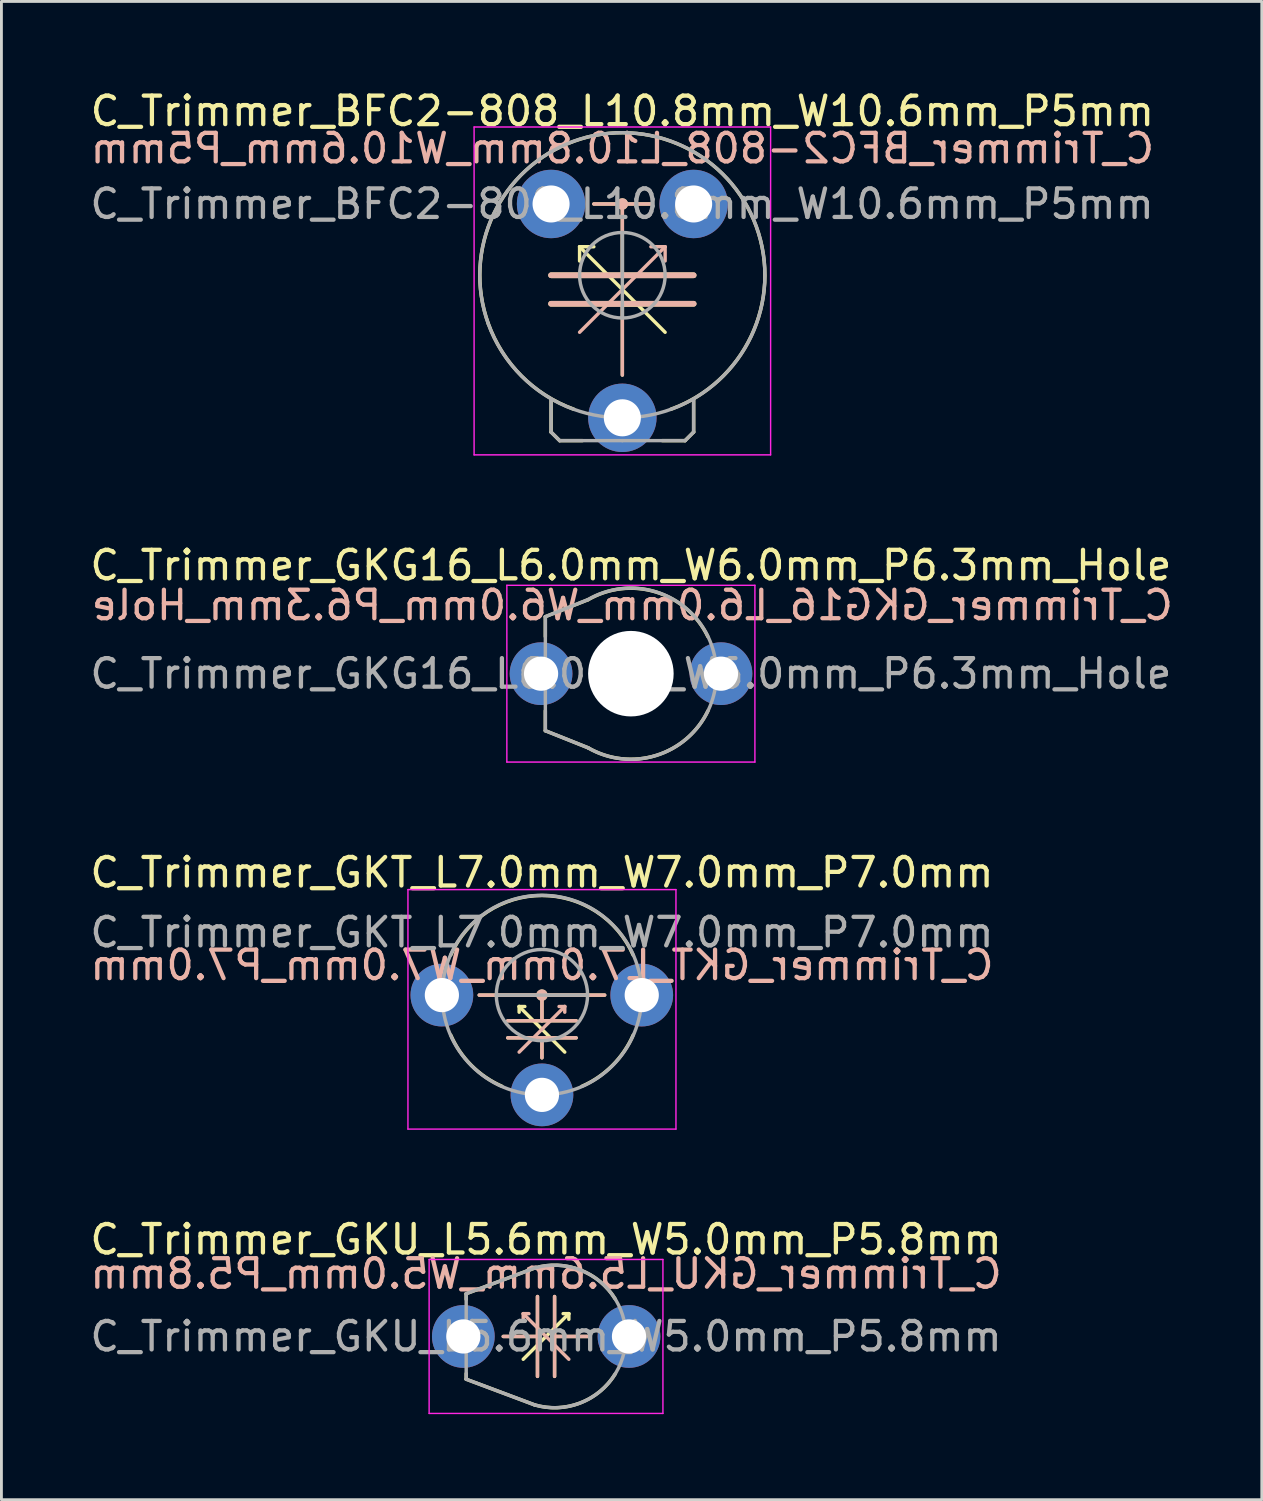
<source format=kicad_pcb>
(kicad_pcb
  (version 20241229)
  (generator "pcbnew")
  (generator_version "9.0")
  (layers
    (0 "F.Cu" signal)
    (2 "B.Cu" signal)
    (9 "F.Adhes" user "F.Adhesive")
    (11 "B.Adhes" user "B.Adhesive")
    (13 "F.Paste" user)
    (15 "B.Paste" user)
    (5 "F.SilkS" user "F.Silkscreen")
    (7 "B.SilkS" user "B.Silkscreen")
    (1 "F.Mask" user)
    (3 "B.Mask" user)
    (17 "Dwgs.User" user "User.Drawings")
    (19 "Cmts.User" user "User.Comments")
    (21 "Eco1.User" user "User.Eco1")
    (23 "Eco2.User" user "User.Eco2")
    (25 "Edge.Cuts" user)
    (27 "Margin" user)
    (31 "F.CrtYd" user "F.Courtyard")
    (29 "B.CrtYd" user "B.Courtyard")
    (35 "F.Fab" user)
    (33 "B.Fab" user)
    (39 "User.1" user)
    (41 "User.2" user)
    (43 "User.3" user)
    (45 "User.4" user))
  (footprint "C_Trimmer_GKU_L5.6mm_W5.0mm_P5.8mm"
    (layer "F.Cu")
    (at 13.201 43.824)
    (property "Reference" "C_Trimmer_GKU_L5.6mm_W5.0mm_P5.8mm" (at 2.9 -3.4 180) (layer "F.SilkS") (effects (font (size 1 1) (thickness 0.15))))
    (fp_line (start 0.1 -1.5) (end 2.5 -2.4) (stroke (width 0.12) (type solid)) (layer "F.SilkS"))
    (fp_line (start 0.1 -1.3) (end 0.1 -1.5) (stroke (width 0.12) (type solid)) (layer "F.SilkS"))
    (fp_line (start 0.1 1.5) (end 0.1 1.3) (stroke (width 0.12) (type solid)) (layer "F.SilkS"))
    (fp_line (start 0.1 1.5) (end 2.5 2.4) (stroke (width 0.12) (type solid)) (layer "F.SilkS"))
    (fp_line (start 1.4 0) (end 2.6 0) (stroke (width 0.12) (type solid)) (layer "F.SilkS"))
    (fp_line (start 2.6 0) (end 2.6 -1.4) (stroke (width 0.12) (type solid)) (layer "F.SilkS"))
    (fp_line (start 2.6 0) (end 2.6 1.4) (stroke (width 0.12) (type solid)) (layer "F.SilkS"))
    (fp_line (start 2.9 0) (end 2.1 0.8) (stroke (width 0.12) (type solid)) (layer "F.SilkS"))
    (fp_line (start 2.9 0) (end 3.7 -0.8) (stroke (width 0.12) (type solid)) (layer "F.SilkS"))
    (fp_line (start 3.2 0) (end 4.4 0) (stroke (width 0.12) (type solid)) (layer "F.SilkS"))
    (fp_line (start 3.2 1.4) (end 3.2 -1.4) (stroke (width 0.12) (type solid)) (layer "F.SilkS"))
    (fp_line (start 3.7 -0.8) (end 3.5 -0.8) (stroke (width 0.12) (type solid)) (layer "F.SilkS"))
    (fp_line (start 3.7 -0.8) (end 3.7 -0.6) (stroke (width 0.12) (type solid)) (layer "F.SilkS"))
    (fp_arc (start 2.5 -2.4) (mid 4.095504 -2.334111) (end 5.325646 -1.315913) (stroke (width 0.12) (type solid)) (layer "F.SilkS"))
    (fp_arc (start 5.325663 1.315887) (mid 4.095519 2.334105) (end 2.5 2.4) (stroke (width 0.12) (type solid)) (layer "F.SilkS"))
    (fp_line (start 2.1 -0.8) (end 2.1 -0.6) (stroke (width 0.12) (type solid)) (layer "B.SilkS"))
    (fp_line (start 2.1 -0.8) (end 2.3 -0.8) (stroke (width 0.12) (type solid)) (layer "B.SilkS"))
    (fp_line (start 2.6 0) (end 1.4 0) (stroke (width 0.12) (type solid)) (layer "B.SilkS"))
    (fp_line (start 2.6 1.4) (end 2.6 -1.4) (stroke (width 0.12) (type solid)) (layer "B.SilkS"))
    (fp_line (start 2.9 0) (end 2.1 -0.8) (stroke (width 0.12) (type solid)) (layer "B.SilkS"))
    (fp_line (start 2.9 0) (end 3.7 0.8) (stroke (width 0.12) (type solid)) (layer "B.SilkS"))
    (fp_line (start 3.2 0) (end 3.2 -1.4) (stroke (width 0.12) (type solid)) (layer "B.SilkS"))
    (fp_line (start 3.2 0) (end 3.2 1.4) (stroke (width 0.12) (type solid)) (layer "B.SilkS"))
    (fp_line (start 4.4 0) (end 3.2 0) (stroke (width 0.12) (type solid)) (layer "B.SilkS"))
    (fp_line (start -1.2 -2.7) (end -1.2 2.7) (stroke (width 0.05) (type solid)) (layer "F.CrtYd"))
    (fp_line (start -1.2 2.7) (end 7 2.7) (stroke (width 0.05) (type solid)) (layer "F.CrtYd"))
    (fp_line (start 7 -2.7) (end -1.2 -2.7) (stroke (width 0.05) (type solid)) (layer "F.CrtYd"))
    (fp_line (start 7 2.7) (end 7 -2.7) (stroke (width 0.05) (type solid)) (layer "F.CrtYd"))
    (fp_line (start 0.1 -1.5) (end 2.5 -2.4) (stroke (width 0.12) (type solid)) (layer "F.Fab"))
    (fp_line (start 0.1 0) (end 0.1 -1.5) (stroke (width 0.12) (type solid)) (layer "F.Fab"))
    (fp_line (start 0.1 0) (end 0.1 1.5) (stroke (width 0.12) (type solid)) (layer "F.Fab"))
    (fp_line (start 0.1 1.5) (end 2.5 2.4) (stroke (width 0.12) (type solid)) (layer "F.Fab"))
    (fp_arc (start 2.5 -2.4) (mid 5.7 0) (end 2.5 2.4) (stroke (width 0.12) (type solid)) (layer "F.Fab"))
    (fp_text user "${REFERENCE}" (at 2.9 -2.2 180) (layer "B.SilkS") (effects (font (size 1 1) (thickness 0.15)) (justify mirror)))
    (fp_text user "${REFERENCE}" (at 2.9 0 180) (layer "F.Fab") (effects (font (size 1 1) (thickness 0.15))))
    (pad "1" thru_hole circle (at 0 0 180) (size 2.2 2.2) (drill 1.2) (layers "*.Cu" "*.Mask"))
    (pad "2" thru_hole circle (at 5.81 0 180) (size 2.2 2.2) (drill 1.2) (layers "*.Cu" "*.Mask")))
  (footprint "C_Trimmer_GKG16_L6.0mm_W6.0mm_P6.3mm_Hole"
    (layer "F.Cu")
    (at 15.927 20.578)
    (property "Reference" "C_Trimmer_GKG16_L6.0mm_W6.0mm_P6.3mm_Hole" (at 3.15 -3.8 180) (layer "F.SilkS") (effects (font (size 1 1) (thickness 0.15))))
    (fp_line (start 0.15 -2) (end 0.15 -1.3) (stroke (width 0.12) (type solid)) (layer "F.SilkS"))
    (fp_line (start 0.15 -2) (end 1.653 -2.596) (stroke (width 0.12) (type solid)) (layer "F.SilkS"))
    (fp_line (start 0.15 2) (end 0.15 1.3) (stroke (width 0.12) (type solid)) (layer "F.SilkS"))
    (fp_line (start 0.15 2) (end 1.65 2.6) (stroke (width 0.12) (type solid)) (layer "F.SilkS"))
    (fp_arc (start 1.6525 -2.595667) (mid 4.03385 -2.863355) (end 5.849999 -1.299999) (stroke (width 0.12) (type solid)) (layer "F.SilkS"))
    (fp_arc (start 5.854505 1.302169) (mid 4.035324 2.868134) (end 1.650001 2.599999) (stroke (width 0.12) (type solid)) (layer "F.SilkS"))
    (fp_line (start -1.2 -3.1) (end -1.2 3.1) (stroke (width 0.05) (type solid)) (layer "F.CrtYd"))
    (fp_line (start -1.2 3.1) (end 7.5 3.1) (stroke (width 0.05) (type solid)) (layer "F.CrtYd"))
    (fp_line (start 7.5 -3.1) (end -1.2 -3.1) (stroke (width 0.05) (type solid)) (layer "F.CrtYd"))
    (fp_line (start 7.5 3.1) (end 7.5 -3.1) (stroke (width 0.05) (type solid)) (layer "F.CrtYd"))
    (fp_line (start 0.15 -2) (end 1.65 -2.6) (stroke (width 0.12) (type solid)) (layer "F.Fab"))
    (fp_line (start 0.15 0) (end 0.15 -2) (stroke (width 0.12) (type solid)) (layer "F.Fab"))
    (fp_line (start 0.15 2) (end 0.15 0) (stroke (width 0.12) (type solid)) (layer "F.Fab"))
    (fp_line (start 0.15 2) (end 1.65 2.6) (stroke (width 0.12) (type solid)) (layer "F.Fab"))
    (fp_arc (start 1.65 -2.599999) (mid 6.151665 0) (end 1.650001 2.599999) (stroke (width 0.12) (type solid)) (layer "F.Fab"))
    (fp_text user "${REFERENCE}" (at 3.2 -2.4 180) (layer "B.SilkS") (effects (font (size 1 1) (thickness 0.15)) (justify mirror)))
    (fp_text user "${REFERENCE}" (at 3.15 0 180) (layer "F.Fab") (effects (font (size 1 1) (thickness 0.15))))
    (pad "" np_thru_hole circle (at 3.15 0 180) (size 3 3) (drill 3) (layers "*.Cu" "*.Mask"))
    (pad "1" thru_hole circle (at 0 0 180) (size 2.2 2.2) (drill 1.2) (layers "*.Cu" "*.Mask"))
    (pad "2" thru_hole circle (at 6.31 0 180) (size 2.2 2.2) (drill 1.2) (layers "*.Cu" "*.Mask")))
  (footprint "C_Trimmer_BFC2-808_L10.8mm_W10.6mm_P5mm"
    (layer "F.Cu")
    (at 18.778 11.604)
    (property "Reference" "C_Trimmer_BFC2-808_L10.8mm_W10.6mm_P5mm" (at 0 -10.756 0) (layer "F.SilkS") (effects (font (size 1 1) (thickness 0.15))))
    (fp_line (start -2.5 -5) (end 0 -5) (stroke (width 0.2) (type solid)) (layer "F.SilkS"))
    (fp_line (start -2.5 -4) (end 0.5 -4) (stroke (width 0.2) (type solid)) (layer "F.SilkS"))
    (fp_line (start -2.5 0.5) (end -2.5 -0.65) (stroke (width 0.12) (type solid)) (layer "F.SilkS"))
    (fp_line (start -2.2 0.8) (end -2.5 0.5) (stroke (width 0.12) (type solid)) (layer "F.SilkS"))
    (fp_line (start -1.5 -6) (end -1.5 -5.5) (stroke (width 0.12) (type solid)) (layer "F.SilkS"))
    (fp_line (start -1.5 -6) (end -1 -6) (stroke (width 0.12) (type solid)) (layer "F.SilkS"))
    (fp_line (start -1.4 0.8) (end -2.2 0.8) (stroke (width 0.12) (type solid)) (layer "F.SilkS"))
    (fp_line (start -1 -7.5) (end 1 -7.5) (stroke (width 0.12) (type solid)) (layer "F.SilkS"))
    (fp_line (start 0 -7.5) (end 0 -5) (stroke (width 0.12) (type solid)) (layer "F.SilkS"))
    (fp_line (start 0 -4.5) (end -1.5 -6) (stroke (width 0.12) (type solid)) (layer "F.SilkS"))
    (fp_line (start 0 -4.5) (end 1.5 -3) (stroke (width 0.12) (type solid)) (layer "F.SilkS"))
    (fp_line (start 0 -4) (end 0 -1.5) (stroke (width 0.12) (type solid)) (layer "F.SilkS"))
    (fp_line (start 1.4 0.8) (end 2.2 0.8) (stroke (width 0.12) (type solid)) (layer "F.SilkS"))
    (fp_line (start 2.2 0.8) (end 2.5 0.5) (stroke (width 0.12) (type solid)) (layer "F.SilkS"))
    (fp_line (start 2.5 -5) (end 0 -5) (stroke (width 0.2) (type solid)) (layer "F.SilkS"))
    (fp_line (start 2.5 -4) (end 0 -4) (stroke (width 0.2) (type solid)) (layer "F.SilkS"))
    (fp_line (start 2.5 0.5) (end 2.5 -0.65) (stroke (width 0.12) (type solid)) (layer "F.SilkS"))
    (fp_arc (start -4.699999 -3.300001) (mid 2.12132 -9.525482) (end 1.699999 -0.300001) (stroke (width 0.12) (type solid)) (layer "F.SilkS"))
    (fp_arc (start -1.7 -0.300001) (mid -3.534119 -1.465882) (end -4.699999 -3.300001) (stroke (width 0.12) (type solid)) (layer "F.SilkS"))
    (fp_circle (center 0 -7.5) (end 0.1 -7.5) (stroke (width 0.2) (type solid)) (fill no) (layer "F.SilkS"))
    (fp_line (start -2.5 -5) (end 0 -5) (stroke (width 0.2) (type solid)) (layer "B.SilkS"))
    (fp_line (start -2.5 -4) (end 0 -4) (stroke (width 0.2) (type solid)) (layer "B.SilkS"))
    (fp_line (start 0 -7.5) (end 0 -5) (stroke (width 0.12) (type solid)) (layer "B.SilkS"))
    (fp_line (start 0 -4.5) (end -1.5 -3) (stroke (width 0.12) (type solid)) (layer "B.SilkS"))
    (fp_line (start 0 -4.5) (end 1.5 -6) (stroke (width 0.12) (type solid)) (layer "B.SilkS"))
    (fp_line (start 0 -4) (end 0 -1.5) (stroke (width 0.12) (type solid)) (layer "B.SilkS"))
    (fp_line (start 1 -7.5) (end -1 -7.5) (stroke (width 0.12) (type solid)) (layer "B.SilkS"))
    (fp_line (start 1.5 -6) (end 1 -6) (stroke (width 0.12) (type solid)) (layer "B.SilkS"))
    (fp_line (start 1.5 -6) (end 1.5 -5.5) (stroke (width 0.12) (type solid)) (layer "B.SilkS"))
    (fp_line (start 2.5 -5) (end 0 -5) (stroke (width 0.2) (type solid)) (layer "B.SilkS"))
    (fp_line (start 2.5 -4) (end -0.5 -4) (stroke (width 0.2) (type solid)) (layer "B.SilkS"))
    (fp_circle (center 0 -7.5) (end -0.1 -7.5) (stroke (width 0.2) (type solid)) (fill no) (layer "B.SilkS"))
    (fp_line (start -5.2 -10.2) (end -5.2 1.3) (stroke (width 0.05) (type solid)) (layer "F.CrtYd"))
    (fp_line (start -5.2 1.3) (end 5.2 1.3) (stroke (width 0.05) (type solid)) (layer "F.CrtYd"))
    (fp_line (start 5.2 -10.2) (end -5.2 -10.2) (stroke (width 0.05) (type solid)) (layer "F.CrtYd"))
    (fp_line (start 5.2 1.3) (end 5.2 -10.2) (stroke (width 0.05) (type solid)) (layer "F.CrtYd"))
    (fp_line (start -2.5 0.5) (end -2.5 -0.65) (stroke (width 0.12) (type solid)) (layer "F.Fab"))
    (fp_line (start -2.2 0.8) (end -2.5 0.5) (stroke (width 0.12) (type solid)) (layer "F.Fab"))
    (fp_line (start 0 -6.5) (end 0 -3.5) (stroke (width 0.12) (type solid)) (layer "F.Fab"))
    (fp_line (start 0 0.8) (end -2.2 0.8) (stroke (width 0.12) (type solid)) (layer "F.Fab"))
    (fp_line (start 0 0.8) (end 2.2 0.8) (stroke (width 0.12) (type solid)) (layer "F.Fab"))
    (fp_line (start 2.2 0.8) (end 2.5 0.5) (stroke (width 0.12) (type solid)) (layer "F.Fab"))
    (fp_line (start 2.5 0.5) (end 2.5 -0.65) (stroke (width 0.12) (type solid)) (layer "F.Fab"))
    (fp_circle (center 0 -5) (end 1.5 -5) (stroke (width 0.12) (type solid)) (fill no) (layer "F.Fab"))
    (fp_circle (center 0 -5) (end 5 -5) (stroke (width 0.12) (type solid)) (fill no) (layer "F.Fab"))
    (fp_text user "${REFERENCE}" (at 0 -9.45 0) (layer "B.SilkS") (effects (font (size 1 1) (thickness 0.15)) (justify mirror)))
    (fp_text user "${REFERENCE}" (at -0.01 -7.5 0) (layer "F.Fab") (effects (font (size 1 1) (thickness 0.15))))
    (pad "1" thru_hole circle (at 0 0) (size 2.4 2.4) (drill 1.3) (layers "*.Cu" "*.Mask"))
    (pad "2" thru_hole circle (at -2.5 -7.5) (size 2.4 2.4) (drill 1.3) (layers "*.Cu" "*.Mask"))
    (pad "2" thru_hole circle (at 2.5 -7.5) (size 2.4 2.4) (drill 1.3) (layers "*.Cu" "*.Mask")))
  (footprint "C_Trimmer_GKT_L7.0mm_W7.0mm_P7.0mm"
    (layer "F.Cu")
    (at 15.958 35.351)
    (property "Reference" "C_Trimmer_GKT_L7.0mm_W7.0mm_P7.0mm" (at 0 -7.8 0) (layer "F.SilkS") (effects (font (size 1 1) (thickness 0.15))))
    (fp_line (start -2.2 -3.5) (end 2.2 -3.5) (stroke (width 0.12) (type solid)) (layer "F.SilkS"))
    (fp_line (start -0.8 -3.1) (end -0.8 -2.9) (stroke (width 0.12) (type solid)) (layer "F.SilkS"))
    (fp_line (start -0.8 -3.1) (end -0.6 -3.1) (stroke (width 0.12) (type solid)) (layer "F.SilkS"))
    (fp_line (start 0 -2.6) (end 0 -3.5) (stroke (width 0.12) (type solid)) (layer "F.SilkS"))
    (fp_line (start 0 -2.3) (end -0.8 -3.1) (stroke (width 0.12) (type solid)) (layer "F.SilkS"))
    (fp_line (start 0 -2.3) (end 0.8 -1.5) (stroke (width 0.12) (type solid)) (layer "F.SilkS"))
    (fp_line (start 0 -2) (end -1.2 -2) (stroke (width 0.12) (type solid)) (layer "F.SilkS"))
    (fp_line (start 0 -2) (end 1.2 -2) (stroke (width 0.12) (type solid)) (layer "F.SilkS"))
    (fp_line (start 0 -1.3) (end 0 -2) (stroke (width 0.12) (type solid)) (layer "F.SilkS"))
    (fp_line (start 1.2 -2.6) (end -1.2 -2.6) (stroke (width 0.12) (type solid)) (layer "F.SilkS"))
    (fp_arc (start -3.199999 -4.9) (mid 0 -6.992849) (end 3.199999 -4.899999) (stroke (width 0.12) (type solid)) (layer "F.SilkS"))
    (fp_arc (start -1.399999 -0.300001) (mid -2.469817 -1.030183) (end -3.199999 -2.100001) (stroke (width 0.12) (type solid)) (layer "F.SilkS"))
    (fp_arc (start 3.199999 -2.1) (mid 2.469817 -1.030183) (end 1.399999 -0.300001) (stroke (width 0.12) (type solid)) (layer "F.SilkS"))
    (fp_circle (center 0 -3.5) (end 0.1 -3.5) (stroke (width 0.2) (type solid)) (fill no) (layer "F.SilkS"))
    (fp_line (start -1.2 -2.6) (end 1.2 -2.6) (stroke (width 0.12) (type solid)) (layer "B.SilkS"))
    (fp_line (start 0 -2.6) (end 0 -3.5) (stroke (width 0.12) (type solid)) (layer "B.SilkS"))
    (fp_line (start 0 -2.3) (end -0.8 -1.5) (stroke (width 0.12) (type solid)) (layer "B.SilkS"))
    (fp_line (start 0 -2.3) (end 0.8 -3.1) (stroke (width 0.12) (type solid)) (layer "B.SilkS"))
    (fp_line (start 0 -2) (end -1.2 -2) (stroke (width 0.12) (type solid)) (layer "B.SilkS"))
    (fp_line (start 0 -2) (end 1.2 -2) (stroke (width 0.12) (type solid)) (layer "B.SilkS"))
    (fp_line (start 0 -1.3) (end 0 -2) (stroke (width 0.12) (type solid)) (layer "B.SilkS"))
    (fp_line (start 0.8 -3.1) (end 0.6 -3.1) (stroke (width 0.12) (type solid)) (layer "B.SilkS"))
    (fp_line (start 0.8 -3.1) (end 0.8 -2.9) (stroke (width 0.12) (type solid)) (layer "B.SilkS"))
    (fp_line (start 2.2 -3.5) (end -2.2 -3.5) (stroke (width 0.12) (type solid)) (layer "B.SilkS"))
    (fp_circle (center 0 -3.5) (end -0.1 -3.5) (stroke (width 0.2) (type solid)) (fill no) (layer "B.SilkS"))
    (fp_line (start -4.7 -7.2) (end -4.7 1.2) (stroke (width 0.05) (type solid)) (layer "F.CrtYd"))
    (fp_line (start -4.7 1.2) (end 4.7 1.2) (stroke (width 0.05) (type solid)) (layer "F.CrtYd"))
    (fp_line (start 4.7 -7.2) (end -4.7 -7.2) (stroke (width 0.05) (type solid)) (layer "F.CrtYd"))
    (fp_line (start 4.7 1.2) (end 4.7 -7.2) (stroke (width 0.05) (type solid)) (layer "F.CrtYd"))
    (fp_line (start 1.6 -3.5) (end -1.6 -3.5) (stroke (width 0.12) (type solid)) (layer "F.Fab"))
    (fp_circle (center 0 -3.5) (end 1.6 -3.5) (stroke (width 0.12) (type solid)) (fill no) (layer "F.Fab"))
    (fp_circle (center 0 -3.5) (end 3.5 -3.5) (stroke (width 0.12) (type solid)) (fill no) (layer "F.Fab"))
    (fp_text user "${REFERENCE}" (at 0 -4.55 0) (layer "B.SilkS") (effects (font (size 1 1) (thickness 0.15)) (justify mirror)))
    (fp_text user "${REFERENCE}" (at 0 -5.7 0) (layer "F.Fab") (effects (font (size 1 1) (thickness 0.15))))
    (pad "1" thru_hole circle (at 0 0) (size 2.2 2.2) (drill 1.2) (layers "*.Cu" "*.Mask"))
    (pad "2" thru_hole circle (at -3.51 -3.5) (size 2.2 2.2) (drill 1.2) (layers "*.Cu" "*.Mask"))
    (pad "2" thru_hole circle (at 3.5 -3.5) (size 2.2 2.2) (drill 1.2) (layers "*.Cu" "*.Mask")))
  (gr_rect
    (start -3 -3)
    (end 41.205 49.549)
    (stroke (width 0.1) (type default))
    (fill no)
    (layer "Edge.Cuts")))
</source>
